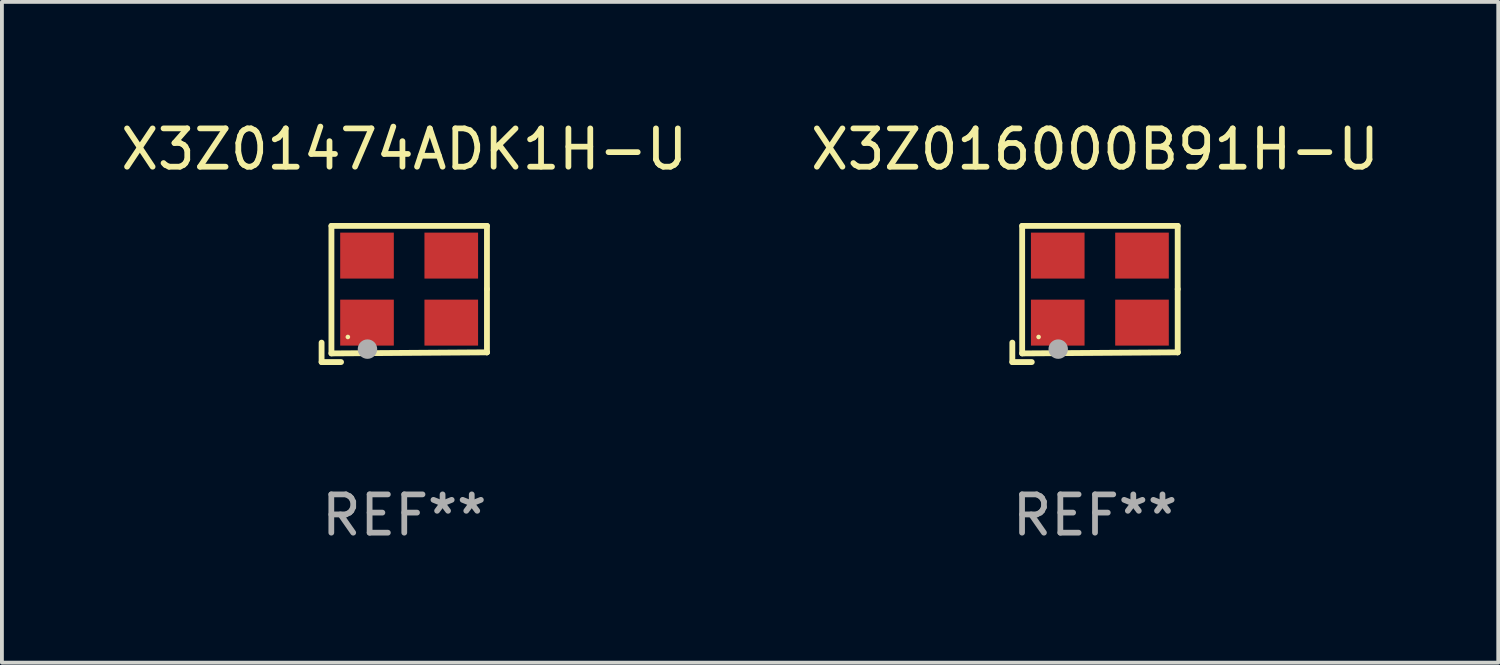
<source format=kicad_pcb>
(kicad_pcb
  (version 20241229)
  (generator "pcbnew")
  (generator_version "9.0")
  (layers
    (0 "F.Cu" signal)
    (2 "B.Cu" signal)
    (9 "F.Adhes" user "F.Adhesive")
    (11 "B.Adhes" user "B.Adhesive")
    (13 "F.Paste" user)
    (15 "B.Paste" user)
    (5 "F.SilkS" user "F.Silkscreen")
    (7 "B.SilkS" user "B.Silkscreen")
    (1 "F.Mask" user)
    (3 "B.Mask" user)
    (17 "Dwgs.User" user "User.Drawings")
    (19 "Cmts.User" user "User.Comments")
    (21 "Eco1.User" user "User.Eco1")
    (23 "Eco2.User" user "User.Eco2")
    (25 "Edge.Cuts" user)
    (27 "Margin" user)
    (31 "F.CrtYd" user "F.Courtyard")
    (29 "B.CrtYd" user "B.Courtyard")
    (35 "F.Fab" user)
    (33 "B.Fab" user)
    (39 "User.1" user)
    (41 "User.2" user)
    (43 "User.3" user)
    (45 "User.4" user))
  (footprint "X3Z01474ADK1H-U"
    (layer "F.Cu")
    (at 7.506 4.626)
    (property "Reference" "X3Z01474ADK1H-U" (at 0 -3.778 0) (layer "F.SilkS") (effects (font (size 1 1) (thickness 0.15))))
    (attr through_hole)
    (fp_line (start -2.159 1.27) (end -2.159 1.778) (stroke (width 0.152) (type solid)) (layer "F.SilkS"))
    (fp_line (start -2.159 1.778) (end -1.651 1.778) (stroke (width 0.152) (type solid)) (layer "F.SilkS"))
    (fp_line (start -1.902 -1.778) (end 2.159 -1.778) (stroke (width 0.152) (type solid)) (layer "F.SilkS"))
    (fp_line (start -1.902 1.552) (end -1.902 -1.778) (stroke (width 0.152) (type solid)) (layer "F.SilkS"))
    (fp_line (start 2.159 -1.778) (end 2.159 -0.127) (stroke (width 0.152) (type solid)) (layer "F.SilkS"))
    (fp_line (start 2.159 -0.127) (end 2.159 1.524) (stroke (width 0.152) (type solid)) (layer "F.SilkS"))
    (fp_line (start 2.159 1.524) (end -1.902 1.552) (stroke (width 0.152) (type solid)) (layer "F.SilkS"))
    (fp_line (start 2.159 1.524) (end 2.159 1.524) (stroke (width 0.152) (type solid)) (layer "F.SilkS"))
    (fp_circle (center -1.473 1.123) (end -1.443 1.123) (stroke (width 0.06) (type solid)) (fill no) (layer "F.SilkS"))
    (fp_circle (center -0.961 1.44) (end -0.834 1.44) (stroke (width 0.254) (type solid)) (fill no) (layer "F.Fab"))
    (fp_text user "REF**" (at 0 5.778 0) (layer "F.Fab") (effects (font (size 1 1) (thickness 0.15))))
    (pad "1" smd rect (at -0.973 0.748) (size 1.4 1.2) (layers "F.Cu" "F.Mask" "F.Paste"))
    (pad "2" smd rect (at 1.227 0.748) (size 1.4 1.2) (layers "F.Cu" "F.Mask" "F.Paste"))
    (pad "3" smd rect (at 1.227 -1.002) (size 1.4 1.2) (layers "F.Cu" "F.Mask" "F.Paste"))
    (pad "4" smd rect (at -0.973 -1.002) (size 1.4 1.2) (layers "F.Cu" "F.Mask" "F.Paste")))
  (footprint "X3Z016000B91H-U"
    (layer "F.Cu")
    (at 25.542 4.626)
    (property "Reference" "X3Z016000B91H-U" (at 0 -3.778 0) (layer "F.SilkS") (effects (font (size 1 1) (thickness 0.15))))
    (attr through_hole)
    (fp_line (start -2.159 1.27) (end -2.159 1.778) (stroke (width 0.152) (type solid)) (layer "F.SilkS"))
    (fp_line (start -2.159 1.778) (end -1.651 1.778) (stroke (width 0.152) (type solid)) (layer "F.SilkS"))
    (fp_line (start -1.902 -1.778) (end 2.159 -1.778) (stroke (width 0.152) (type solid)) (layer "F.SilkS"))
    (fp_line (start -1.902 1.552) (end -1.902 -1.778) (stroke (width 0.152) (type solid)) (layer "F.SilkS"))
    (fp_line (start 2.159 -1.778) (end 2.159 -0.127) (stroke (width 0.152) (type solid)) (layer "F.SilkS"))
    (fp_line (start 2.159 -0.127) (end 2.159 1.524) (stroke (width 0.152) (type solid)) (layer "F.SilkS"))
    (fp_line (start 2.159 1.524) (end -1.902 1.552) (stroke (width 0.152) (type solid)) (layer "F.SilkS"))
    (fp_line (start 2.159 1.524) (end 2.159 1.524) (stroke (width 0.152) (type solid)) (layer "F.SilkS"))
    (fp_circle (center -1.473 1.123) (end -1.443 1.123) (stroke (width 0.06) (type solid)) (fill no) (layer "F.SilkS"))
    (fp_circle (center -0.961 1.44) (end -0.834 1.44) (stroke (width 0.254) (type solid)) (fill no) (layer "F.Fab"))
    (fp_text user "REF**" (at 0 5.778 0) (layer "F.Fab") (effects (font (size 1 1) (thickness 0.15))))
    (pad "1" smd rect (at -0.973 0.748) (size 1.4 1.2) (layers "F.Cu" "F.Mask" "F.Paste"))
    (pad "2" smd rect (at 1.227 0.748) (size 1.4 1.2) (layers "F.Cu" "F.Mask" "F.Paste"))
    (pad "3" smd rect (at 1.227 -1.002) (size 1.4 1.2) (layers "F.Cu" "F.Mask" "F.Paste"))
    (pad "4" smd rect (at -0.973 -1.002) (size 1.4 1.2) (layers "F.Cu" "F.Mask" "F.Paste")))
  (gr_rect
    (start -3 -3)
    (end 36.071 14.253)
    (stroke (width 0.1) (type default))
    (fill no)
    (layer "Edge.Cuts")))
</source>
